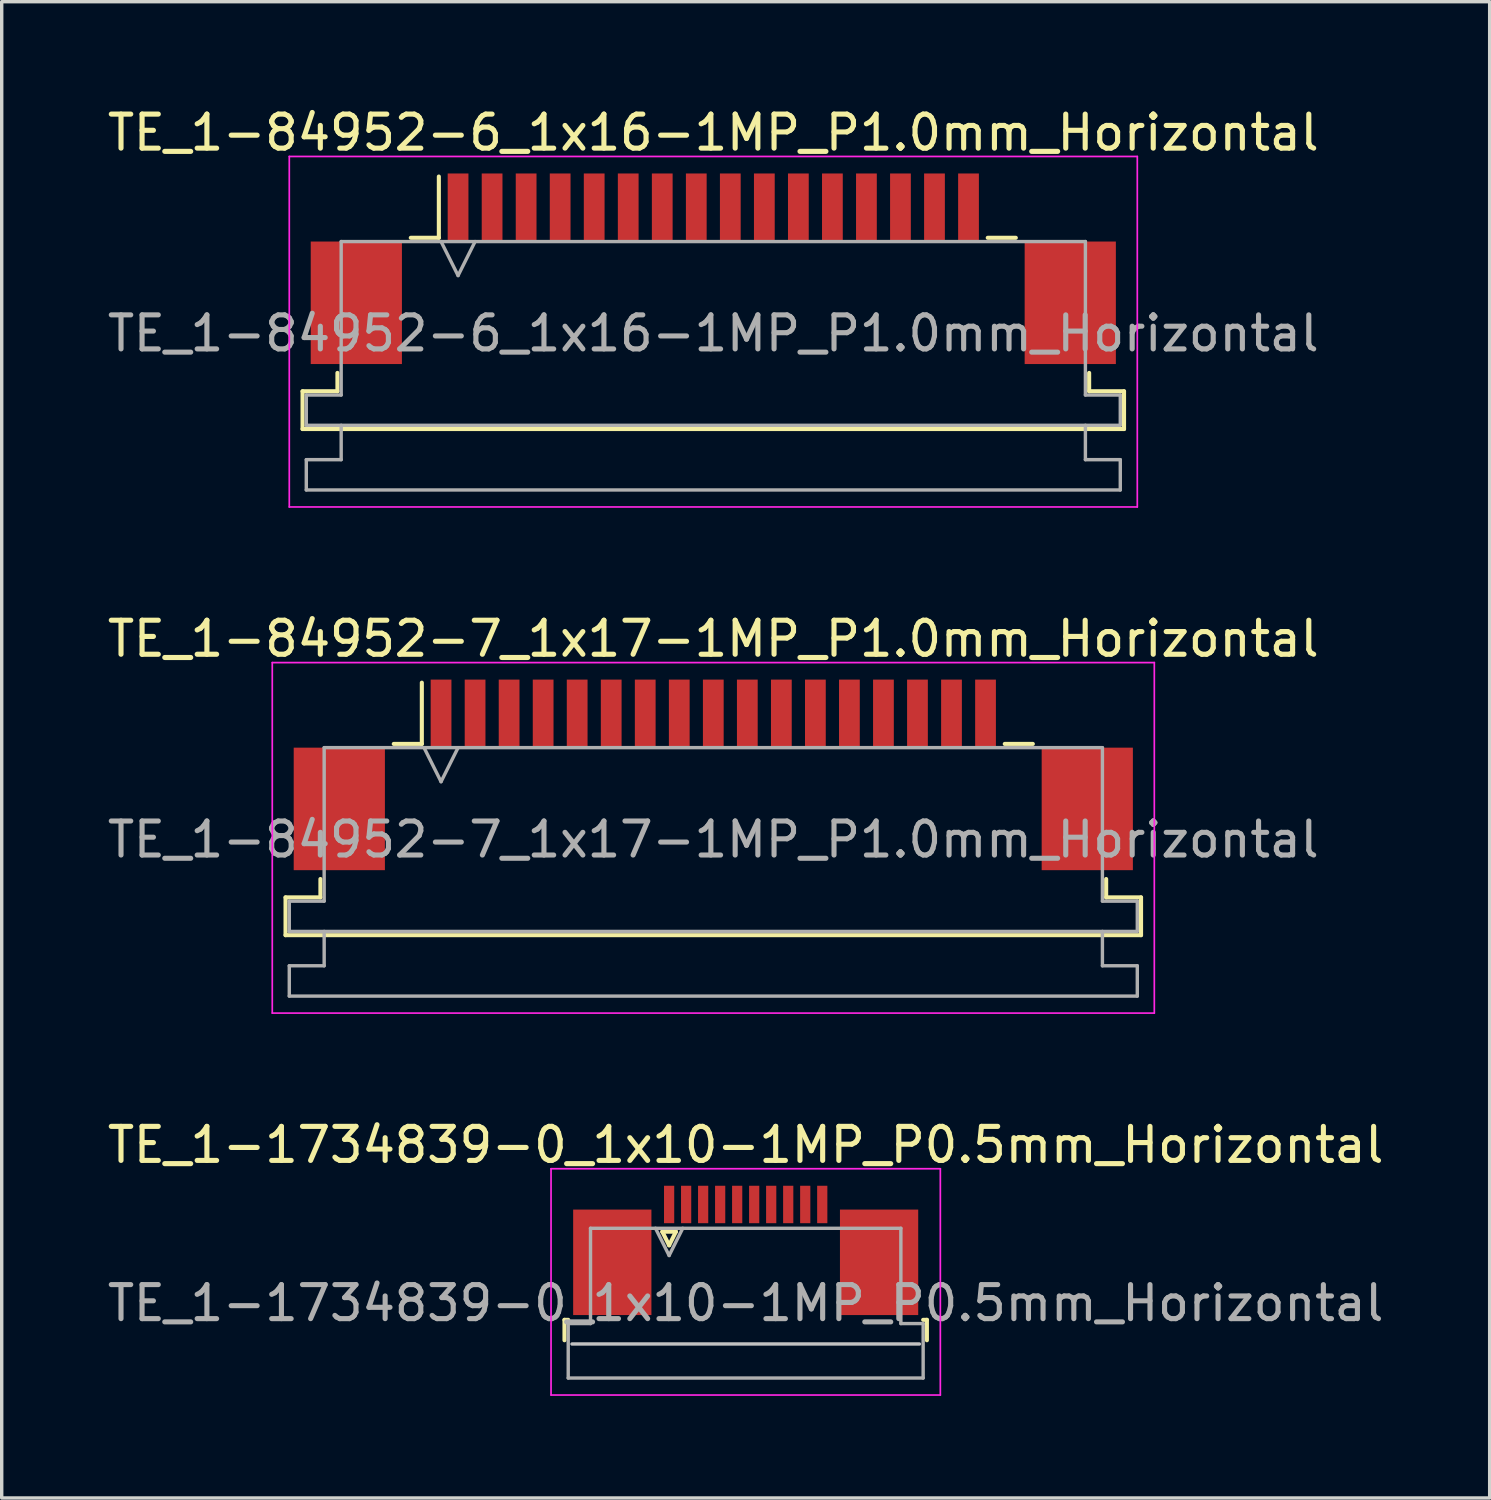
<source format=kicad_pcb>
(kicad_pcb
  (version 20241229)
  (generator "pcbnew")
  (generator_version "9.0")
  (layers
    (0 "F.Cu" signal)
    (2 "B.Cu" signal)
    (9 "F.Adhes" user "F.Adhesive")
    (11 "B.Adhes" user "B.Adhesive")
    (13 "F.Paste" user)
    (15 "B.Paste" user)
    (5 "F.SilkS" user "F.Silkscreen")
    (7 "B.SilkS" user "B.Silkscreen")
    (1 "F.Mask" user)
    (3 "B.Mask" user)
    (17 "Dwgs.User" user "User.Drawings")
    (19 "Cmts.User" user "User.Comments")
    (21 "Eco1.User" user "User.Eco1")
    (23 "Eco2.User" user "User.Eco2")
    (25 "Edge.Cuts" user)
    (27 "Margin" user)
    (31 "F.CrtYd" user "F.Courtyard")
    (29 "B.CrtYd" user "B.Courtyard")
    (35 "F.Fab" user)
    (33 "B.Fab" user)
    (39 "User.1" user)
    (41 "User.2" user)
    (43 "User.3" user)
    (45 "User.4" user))
  (footprint "TE_1-84952-6_1x16-1MP_P1.0mm_Horizontal"
    (layer "F.Cu")
    (at 17.911 4.848)
    (property "Reference" "TE_1-84952-6_1x16-1MP_P1.0mm_Horizontal" (at 0 -4 0) (layer "F.SilkS") (effects (font (size 1 1) (thickness 0.15))))
    (attr smd)
    (fp_line (start -12.07 3.6) (end -11.045 3.6) (stroke (width 0.12) (type solid)) (layer "F.SilkS"))
    (fp_line (start -12.07 4.71) (end -12.07 3.6) (stroke (width 0.12) (type solid)) (layer "F.SilkS"))
    (fp_line (start -11.045 3.6) (end -11.045 3.06) (stroke (width 0.12) (type solid)) (layer "F.SilkS"))
    (fp_line (start -8.89 -0.91) (end -8.065 -0.91) (stroke (width 0.12) (type solid)) (layer "F.SilkS"))
    (fp_line (start -8.065 -0.91) (end -8.065 -2.71) (stroke (width 0.12) (type solid)) (layer "F.SilkS"))
    (fp_line (start 8.065 -0.91) (end 8.89 -0.91) (stroke (width 0.12) (type solid)) (layer "F.SilkS"))
    (fp_line (start 11.045 3.06) (end 11.045 3.6) (stroke (width 0.12) (type solid)) (layer "F.SilkS"))
    (fp_line (start 11.045 3.6) (end 12.07 3.6) (stroke (width 0.12) (type solid)) (layer "F.SilkS"))
    (fp_line (start 12.07 3.6) (end 12.07 4.71) (stroke (width 0.12) (type solid)) (layer "F.SilkS"))
    (fp_line (start 12.07 4.71) (end -12.07 4.71) (stroke (width 0.12) (type solid)) (layer "F.SilkS"))
    (fp_line (start -12.46 -3.3) (end -12.46 7) (stroke (width 0.05) (type solid)) (layer "F.CrtYd"))
    (fp_line (start -12.46 7) (end 12.46 7) (stroke (width 0.05) (type solid)) (layer "F.CrtYd"))
    (fp_line (start 12.46 -3.3) (end -12.46 -3.3) (stroke (width 0.05) (type solid)) (layer "F.CrtYd"))
    (fp_line (start 12.46 7) (end 12.46 -3.3) (stroke (width 0.05) (type solid)) (layer "F.CrtYd"))
    (fp_line (start -11.96 3.71) (end -10.935 3.71) (stroke (width 0.1) (type solid)) (layer "F.Fab"))
    (fp_line (start -11.96 4.6) (end -11.96 3.71) (stroke (width 0.1) (type solid)) (layer "F.Fab"))
    (fp_line (start -11.96 5.61) (end -10.935 5.61) (stroke (width 0.1) (type solid)) (layer "F.Fab"))
    (fp_line (start -11.96 6.5) (end -11.96 5.61) (stroke (width 0.1) (type solid)) (layer "F.Fab"))
    (fp_line (start -10.935 -0.8) (end 10.935 -0.8) (stroke (width 0.1) (type solid)) (layer "F.Fab"))
    (fp_line (start -10.935 3.71) (end -10.935 -0.8) (stroke (width 0.1) (type solid)) (layer "F.Fab"))
    (fp_line (start -10.935 5.61) (end -10.935 4.6) (stroke (width 0.1) (type solid)) (layer "F.Fab"))
    (fp_line (start -8 -0.8) (end -7.5 0.2) (stroke (width 0.1) (type solid)) (layer "F.Fab"))
    (fp_line (start -7.5 0.2) (end -7 -0.8) (stroke (width 0.1) (type solid)) (layer "F.Fab"))
    (fp_line (start 10.935 -0.8) (end 10.935 3.71) (stroke (width 0.1) (type solid)) (layer "F.Fab"))
    (fp_line (start 10.935 3.71) (end 11.96 3.71) (stroke (width 0.1) (type solid)) (layer "F.Fab"))
    (fp_line (start 10.935 4.6) (end 10.935 5.61) (stroke (width 0.1) (type solid)) (layer "F.Fab"))
    (fp_line (start 10.935 5.61) (end 11.96 5.61) (stroke (width 0.1) (type solid)) (layer "F.Fab"))
    (fp_line (start 11.96 3.71) (end 11.96 4.6) (stroke (width 0.1) (type solid)) (layer "F.Fab"))
    (fp_line (start 11.96 4.6) (end -11.96 4.6) (stroke (width 0.1) (type solid)) (layer "F.Fab"))
    (fp_line (start 11.96 5.61) (end 11.96 6.5) (stroke (width 0.1) (type solid)) (layer "F.Fab"))
    (fp_line (start 11.96 6.5) (end -11.96 6.5) (stroke (width 0.1) (type solid)) (layer "F.Fab"))
    (fp_text user "${REFERENCE}" (at 0 1.9 0) (layer "F.Fab") (effects (font (size 1 1) (thickness 0.15))))
    (pad "1" smd rect (at -7.5 -1.8) (size 0.61 2) (layers "F.Cu" "F.Mask" "F.Paste"))
    (pad "2" smd rect (at -6.5 -1.8) (size 0.61 2) (layers "F.Cu" "F.Mask" "F.Paste"))
    (pad "3" smd rect (at -5.5 -1.8) (size 0.61 2) (layers "F.Cu" "F.Mask" "F.Paste"))
    (pad "4" smd rect (at -4.5 -1.8) (size 0.61 2) (layers "F.Cu" "F.Mask" "F.Paste"))
    (pad "5" smd rect (at -3.5 -1.8) (size 0.61 2) (layers "F.Cu" "F.Mask" "F.Paste"))
    (pad "6" smd rect (at -2.5 -1.8) (size 0.61 2) (layers "F.Cu" "F.Mask" "F.Paste"))
    (pad "7" smd rect (at -1.5 -1.8) (size 0.61 2) (layers "F.Cu" "F.Mask" "F.Paste"))
    (pad "8" smd rect (at -0.5 -1.8) (size 0.61 2) (layers "F.Cu" "F.Mask" "F.Paste"))
    (pad "9" smd rect (at 0.5 -1.8) (size 0.61 2) (layers "F.Cu" "F.Mask" "F.Paste"))
    (pad "10" smd rect (at 1.5 -1.8) (size 0.61 2) (layers "F.Cu" "F.Mask" "F.Paste"))
    (pad "11" smd rect (at 2.5 -1.8) (size 0.61 2) (layers "F.Cu" "F.Mask" "F.Paste"))
    (pad "12" smd rect (at 3.5 -1.8) (size 0.61 2) (layers "F.Cu" "F.Mask" "F.Paste"))
    (pad "13" smd rect (at 4.5 -1.8) (size 0.61 2) (layers "F.Cu" "F.Mask" "F.Paste"))
    (pad "14" smd rect (at 5.5 -1.8) (size 0.61 2) (layers "F.Cu" "F.Mask" "F.Paste"))
    (pad "15" smd rect (at 6.5 -1.8) (size 0.61 2) (layers "F.Cu" "F.Mask" "F.Paste"))
    (pad "16" smd rect (at 7.5 -1.8) (size 0.61 2) (layers "F.Cu" "F.Mask" "F.Paste"))
    (pad "MP" smd rect (at -10.49 1) (size 2.68 3.6) (layers "F.Cu" "F.Mask" "F.Paste"))
    (pad "MP" smd rect (at 10.49 1) (size 2.68 3.6) (layers "F.Cu" "F.Mask" "F.Paste")))
  (footprint "TE_1-1734839-0_1x10-1MP_P0.5mm_Horizontal"
    (layer "F.Cu")
    (at 18.863 33.695)
    (property "Reference" "TE_1-1734839-0_1x10-1MP_P0.5mm_Horizontal" (at 0 -3.1 0) (layer "F.SilkS") (effects (font (size 1 1) (thickness 0.15))))
    (attr smd)
    (fp_line (start -5.325 2.04) (end -5.325 2.64) (stroke (width 0.12) (type solid)) (layer "F.SilkS"))
    (fp_line (start -5.215 2.04) (end -5.325 2.04) (stroke (width 0.12) (type solid)) (layer "F.SilkS"))
    (fp_line (start -2.45 -0.55) (end -2.25 -0.15) (stroke (width 0.12) (type solid)) (layer "F.SilkS"))
    (fp_line (start -2.25 -0.15) (end -2.05 -0.55) (stroke (width 0.12) (type solid)) (layer "F.SilkS"))
    (fp_line (start -2.05 -0.55) (end -2.45 -0.55) (stroke (width 0.12) (type solid)) (layer "F.SilkS"))
    (fp_line (start 5.215 2.04) (end 5.325 2.04) (stroke (width 0.12) (type solid)) (layer "F.SilkS"))
    (fp_line (start 5.325 2.04) (end 5.325 2.64) (stroke (width 0.12) (type solid)) (layer "F.SilkS"))
    (fp_line (start 5.105 2.75) (end -5.105 2.75) (stroke (width 0.1) (type solid)) (layer "Dwgs.User"))
    (fp_line (start -5.72 -2.4) (end -5.72 4.25) (stroke (width 0.05) (type solid)) (layer "F.CrtYd"))
    (fp_line (start -5.72 4.25) (end 5.72 4.25) (stroke (width 0.05) (type solid)) (layer "F.CrtYd"))
    (fp_line (start 5.72 -2.4) (end -5.72 -2.4) (stroke (width 0.05) (type solid)) (layer "F.CrtYd"))
    (fp_line (start 5.72 4.25) (end 5.72 -2.4) (stroke (width 0.05) (type solid)) (layer "F.CrtYd"))
    (fp_line (start -5.215 2.15) (end -4.56 2.15) (stroke (width 0.1) (type solid)) (layer "F.Fab"))
    (fp_line (start -5.215 3.75) (end -5.215 2.15) (stroke (width 0.1) (type solid)) (layer "F.Fab"))
    (fp_line (start -4.56 -0.65) (end 4.56 -0.65) (stroke (width 0.1) (type solid)) (layer "F.Fab"))
    (fp_line (start -4.56 2.15) (end -4.56 -0.65) (stroke (width 0.1) (type solid)) (layer "F.Fab"))
    (fp_line (start -2.65 -0.65) (end -2.25 0.15) (stroke (width 0.1) (type solid)) (layer "F.Fab"))
    (fp_line (start -2.25 0.15) (end -1.85 -0.65) (stroke (width 0.1) (type solid)) (layer "F.Fab"))
    (fp_line (start 4.56 -0.65) (end 4.56 2.15) (stroke (width 0.1) (type solid)) (layer "F.Fab"))
    (fp_line (start 4.56 2.15) (end 5.215 2.15) (stroke (width 0.1) (type solid)) (layer "F.Fab"))
    (fp_line (start 5.215 2.15) (end 5.215 3.75) (stroke (width 0.1) (type solid)) (layer "F.Fab"))
    (fp_line (start 5.215 3.75) (end -5.215 3.75) (stroke (width 0.1) (type solid)) (layer "F.Fab"))
    (fp_text user "${REFERENCE}" (at 0 1.55 0) (layer "F.Fab") (effects (font (size 1 1) (thickness 0.15))))
    (pad "1" smd rect (at -2.25 -1.35) (size 0.3 1.1) (layers "F.Cu" "F.Mask" "F.Paste"))
    (pad "2" smd rect (at -1.75 -1.35) (size 0.3 1.1) (layers "F.Cu" "F.Mask" "F.Paste"))
    (pad "3" smd rect (at -1.25 -1.35) (size 0.3 1.1) (layers "F.Cu" "F.Mask" "F.Paste"))
    (pad "4" smd rect (at -0.75 -1.35) (size 0.3 1.1) (layers "F.Cu" "F.Mask" "F.Paste"))
    (pad "5" smd rect (at -0.25 -1.35) (size 0.3 1.1) (layers "F.Cu" "F.Mask" "F.Paste"))
    (pad "6" smd rect (at 0.25 -1.35) (size 0.3 1.1) (layers "F.Cu" "F.Mask" "F.Paste"))
    (pad "7" smd rect (at 0.75 -1.35) (size 0.3 1.1) (layers "F.Cu" "F.Mask" "F.Paste"))
    (pad "8" smd rect (at 1.25 -1.35) (size 0.3 1.1) (layers "F.Cu" "F.Mask" "F.Paste"))
    (pad "9" smd rect (at 1.75 -1.35) (size 0.3 1.1) (layers "F.Cu" "F.Mask" "F.Paste"))
    (pad "10" smd rect (at 2.25 -1.35) (size 0.3 1.1) (layers "F.Cu" "F.Mask" "F.Paste"))
    (pad "MP" smd rect (at -3.92 0.35) (size 2.3 3.1) (layers "F.Cu" "F.Mask" "F.Paste"))
    (pad "MP" smd rect (at 3.92 0.35) (size 2.3 3.1) (layers "F.Cu" "F.Mask" "F.Paste")))
  (footprint "TE_1-84952-7_1x17-1MP_P1.0mm_Horizontal"
    (layer "F.Cu")
    (at 17.911 19.721)
    (property "Reference" "TE_1-84952-7_1x17-1MP_P1.0mm_Horizontal" (at 0 -4 0) (layer "F.SilkS") (effects (font (size 1 1) (thickness 0.15))))
    (attr smd)
    (fp_line (start -12.57 3.6) (end -11.545 3.6) (stroke (width 0.12) (type solid)) (layer "F.SilkS"))
    (fp_line (start -12.57 4.71) (end -12.57 3.6) (stroke (width 0.12) (type solid)) (layer "F.SilkS"))
    (fp_line (start -11.545 3.6) (end -11.545 3.06) (stroke (width 0.12) (type solid)) (layer "F.SilkS"))
    (fp_line (start -9.39 -0.91) (end -8.565 -0.91) (stroke (width 0.12) (type solid)) (layer "F.SilkS"))
    (fp_line (start -8.565 -0.91) (end -8.565 -2.71) (stroke (width 0.12) (type solid)) (layer "F.SilkS"))
    (fp_line (start 8.565 -0.91) (end 9.39 -0.91) (stroke (width 0.12) (type solid)) (layer "F.SilkS"))
    (fp_line (start 11.545 3.06) (end 11.545 3.6) (stroke (width 0.12) (type solid)) (layer "F.SilkS"))
    (fp_line (start 11.545 3.6) (end 12.57 3.6) (stroke (width 0.12) (type solid)) (layer "F.SilkS"))
    (fp_line (start 12.57 3.6) (end 12.57 4.71) (stroke (width 0.12) (type solid)) (layer "F.SilkS"))
    (fp_line (start 12.57 4.71) (end -12.57 4.71) (stroke (width 0.12) (type solid)) (layer "F.SilkS"))
    (fp_line (start -12.96 -3.3) (end -12.96 7) (stroke (width 0.05) (type solid)) (layer "F.CrtYd"))
    (fp_line (start -12.96 7) (end 12.96 7) (stroke (width 0.05) (type solid)) (layer "F.CrtYd"))
    (fp_line (start 12.96 -3.3) (end -12.96 -3.3) (stroke (width 0.05) (type solid)) (layer "F.CrtYd"))
    (fp_line (start 12.96 7) (end 12.96 -3.3) (stroke (width 0.05) (type solid)) (layer "F.CrtYd"))
    (fp_line (start -12.46 3.71) (end -11.435 3.71) (stroke (width 0.1) (type solid)) (layer "F.Fab"))
    (fp_line (start -12.46 4.6) (end -12.46 3.71) (stroke (width 0.1) (type solid)) (layer "F.Fab"))
    (fp_line (start -12.46 5.61) (end -11.435 5.61) (stroke (width 0.1) (type solid)) (layer "F.Fab"))
    (fp_line (start -12.46 6.5) (end -12.46 5.61) (stroke (width 0.1) (type solid)) (layer "F.Fab"))
    (fp_line (start -11.435 -0.8) (end 11.435 -0.8) (stroke (width 0.1) (type solid)) (layer "F.Fab"))
    (fp_line (start -11.435 3.71) (end -11.435 -0.8) (stroke (width 0.1) (type solid)) (layer "F.Fab"))
    (fp_line (start -11.435 5.61) (end -11.435 4.6) (stroke (width 0.1) (type solid)) (layer "F.Fab"))
    (fp_line (start -8.5 -0.8) (end -8 0.2) (stroke (width 0.1) (type solid)) (layer "F.Fab"))
    (fp_line (start -8 0.2) (end -7.5 -0.8) (stroke (width 0.1) (type solid)) (layer "F.Fab"))
    (fp_line (start 11.435 -0.8) (end 11.435 3.71) (stroke (width 0.1) (type solid)) (layer "F.Fab"))
    (fp_line (start 11.435 3.71) (end 12.46 3.71) (stroke (width 0.1) (type solid)) (layer "F.Fab"))
    (fp_line (start 11.435 4.6) (end 11.435 5.61) (stroke (width 0.1) (type solid)) (layer "F.Fab"))
    (fp_line (start 11.435 5.61) (end 12.46 5.61) (stroke (width 0.1) (type solid)) (layer "F.Fab"))
    (fp_line (start 12.46 3.71) (end 12.46 4.6) (stroke (width 0.1) (type solid)) (layer "F.Fab"))
    (fp_line (start 12.46 4.6) (end -12.46 4.6) (stroke (width 0.1) (type solid)) (layer "F.Fab"))
    (fp_line (start 12.46 5.61) (end 12.46 6.5) (stroke (width 0.1) (type solid)) (layer "F.Fab"))
    (fp_line (start 12.46 6.5) (end -12.46 6.5) (stroke (width 0.1) (type solid)) (layer "F.Fab"))
    (fp_text user "${REFERENCE}" (at 0 1.9 0) (layer "F.Fab") (effects (font (size 1 1) (thickness 0.15))))
    (pad "1" smd rect (at -8 -1.8) (size 0.61 2) (layers "F.Cu" "F.Mask" "F.Paste"))
    (pad "2" smd rect (at -7 -1.8) (size 0.61 2) (layers "F.Cu" "F.Mask" "F.Paste"))
    (pad "3" smd rect (at -6 -1.8) (size 0.61 2) (layers "F.Cu" "F.Mask" "F.Paste"))
    (pad "4" smd rect (at -5 -1.8) (size 0.61 2) (layers "F.Cu" "F.Mask" "F.Paste"))
    (pad "5" smd rect (at -4 -1.8) (size 0.61 2) (layers "F.Cu" "F.Mask" "F.Paste"))
    (pad "6" smd rect (at -3 -1.8) (size 0.61 2) (layers "F.Cu" "F.Mask" "F.Paste"))
    (pad "7" smd rect (at -2 -1.8) (size 0.61 2) (layers "F.Cu" "F.Mask" "F.Paste"))
    (pad "8" smd rect (at -1 -1.8) (size 0.61 2) (layers "F.Cu" "F.Mask" "F.Paste"))
    (pad "9" smd rect (at 0 -1.8) (size 0.61 2) (layers "F.Cu" "F.Mask" "F.Paste"))
    (pad "10" smd rect (at 1 -1.8) (size 0.61 2) (layers "F.Cu" "F.Mask" "F.Paste"))
    (pad "11" smd rect (at 2 -1.8) (size 0.61 2) (layers "F.Cu" "F.Mask" "F.Paste"))
    (pad "12" smd rect (at 3 -1.8) (size 0.61 2) (layers "F.Cu" "F.Mask" "F.Paste"))
    (pad "13" smd rect (at 4 -1.8) (size 0.61 2) (layers "F.Cu" "F.Mask" "F.Paste"))
    (pad "14" smd rect (at 5 -1.8) (size 0.61 2) (layers "F.Cu" "F.Mask" "F.Paste"))
    (pad "15" smd rect (at 6 -1.8) (size 0.61 2) (layers "F.Cu" "F.Mask" "F.Paste"))
    (pad "16" smd rect (at 7 -1.8) (size 0.61 2) (layers "F.Cu" "F.Mask" "F.Paste"))
    (pad "17" smd rect (at 8 -1.8) (size 0.61 2) (layers "F.Cu" "F.Mask" "F.Paste"))
    (pad "MP" smd rect (at -10.99 1) (size 2.68 3.6) (layers "F.Cu" "F.Mask" "F.Paste"))
    (pad "MP" smd rect (at 10.99 1) (size 2.68 3.6) (layers "F.Cu" "F.Mask" "F.Paste")))
  (gr_rect
    (start -3 -3)
    (end 40.726 40.97)
    (stroke (width 0.1) (type default))
    (fill no)
    (layer "Edge.Cuts")))
</source>
